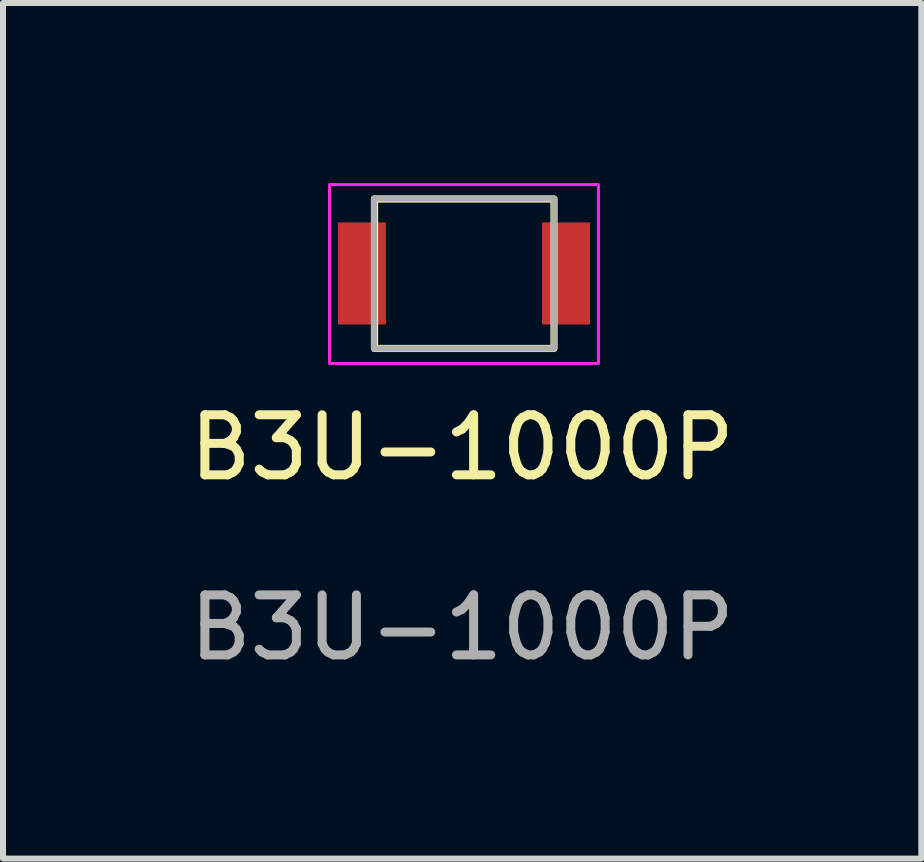
<source format=kicad_pcb>
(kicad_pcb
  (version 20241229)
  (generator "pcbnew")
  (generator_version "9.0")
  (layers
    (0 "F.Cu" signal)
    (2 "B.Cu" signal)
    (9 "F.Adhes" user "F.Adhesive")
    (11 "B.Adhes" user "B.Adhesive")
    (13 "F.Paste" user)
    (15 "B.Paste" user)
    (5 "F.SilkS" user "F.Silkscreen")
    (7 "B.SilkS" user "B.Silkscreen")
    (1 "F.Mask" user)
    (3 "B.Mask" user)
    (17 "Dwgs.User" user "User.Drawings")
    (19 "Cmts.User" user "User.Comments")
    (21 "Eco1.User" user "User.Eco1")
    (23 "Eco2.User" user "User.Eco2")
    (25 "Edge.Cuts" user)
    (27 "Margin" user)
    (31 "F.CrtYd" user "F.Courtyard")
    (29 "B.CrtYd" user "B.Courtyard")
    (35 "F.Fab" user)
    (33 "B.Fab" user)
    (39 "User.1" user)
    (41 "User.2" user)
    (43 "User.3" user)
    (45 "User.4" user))
  (footprint "B3U-1000P"
    (layer "F.Cu")
    (at 4.679 1.505)
    (property "Reference" "B3U-1000P" (at -0.03 2.9 0) (unlocked yes) (layer "F.SilkS") (effects (font (size 1 1) (thickness 0.15))))
    (attr smd)
    (fp_rect (start -1.49 -1.24) (end 1.5 1.25) (stroke (width 0.12) (type solid)) (fill no) (layer "F.SilkS"))
    (fp_rect (start 2.24 -1.48) (end -2.24 1.5) (stroke (width 0.05) (type solid)) (fill no) (layer "F.CrtYd"))
    (fp_rect (start -1.5 -1.25) (end 1.5 1.25) (stroke (width 0.1) (type solid)) (fill no) (layer "F.Fab"))
    (fp_text user "${REFERENCE}" (at -0.03 5.9 0) (unlocked yes) (layer "F.Fab") (effects (font (size 1 1) (thickness 0.15))))
    (pad "1" smd rect (at -1.7 0) (size 0.8 1.7) (layers "F.Cu" "F.Mask" "F.Paste"))
    (pad "2" smd rect (at 1.7 0) (size 0.8 1.7) (layers "F.Cu" "F.Mask" "F.Paste")))
  (gr_rect
    (start -3 -3)
    (end 12.298 11.253)
    (stroke (width 0.1) (type default))
    (fill no)
    (layer "Edge.Cuts")))
</source>
